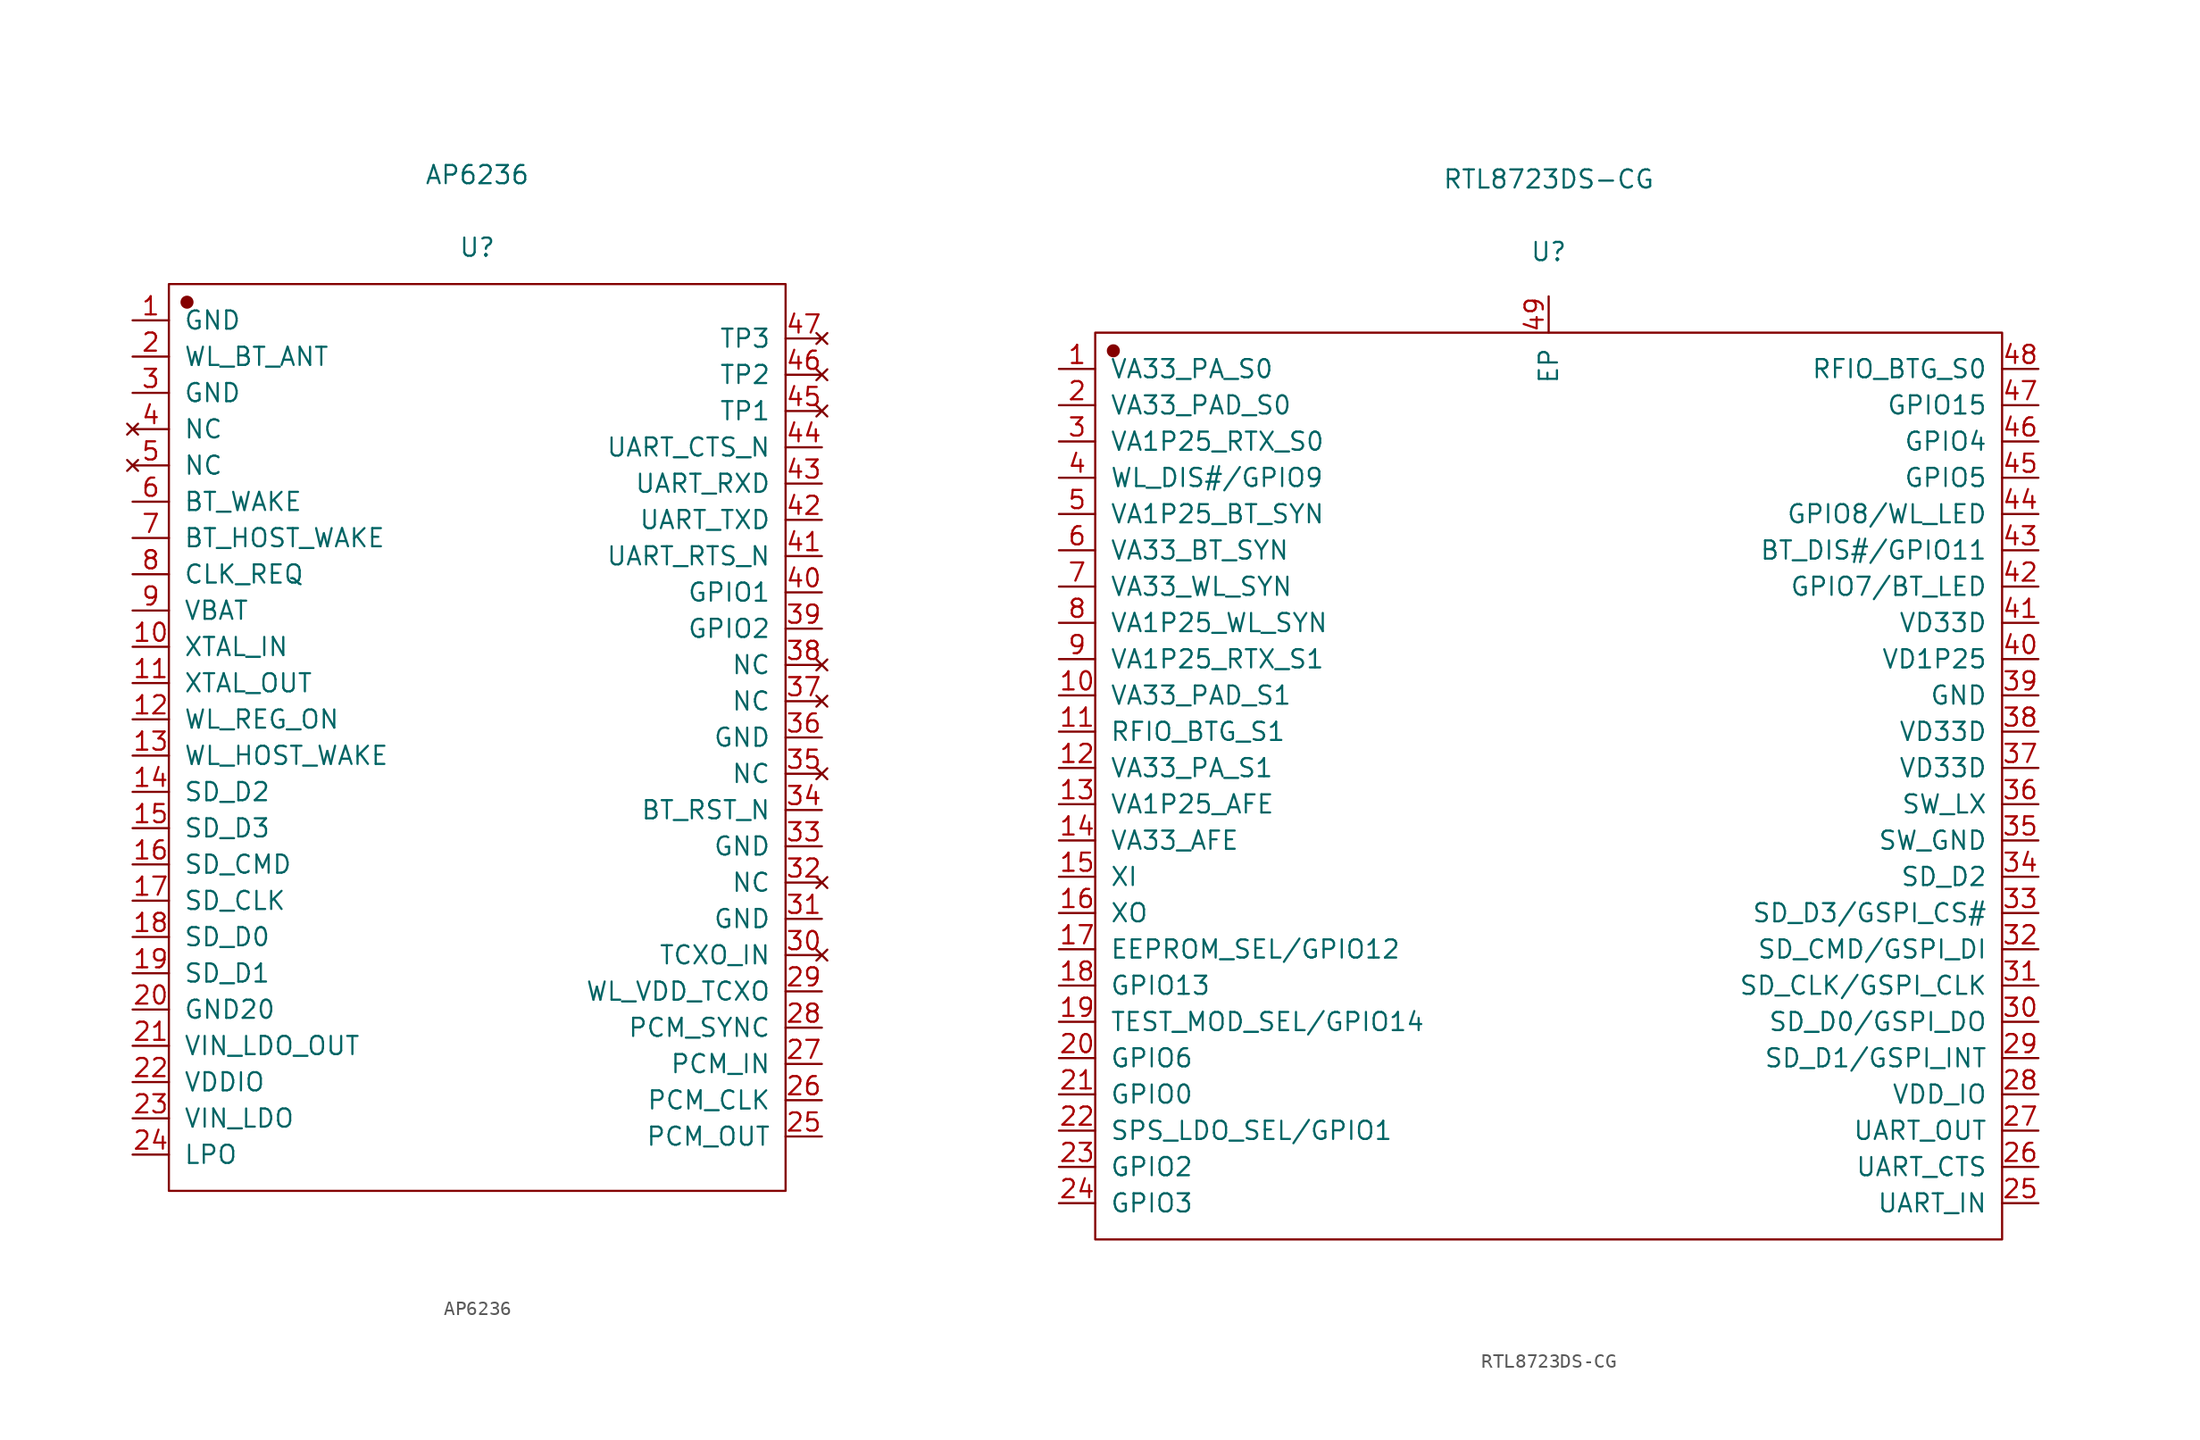
<source format=kicad_sym>
(kicad_symbol_lib
  (version 20231120)
  (generator "kicad_symbol_editor")
  (generator_version "8.0")
  (symbol "AP6236"
    (pin_names
      (offset 1.016))
    (property "Reference" "U"
      (at 0 34.315 0)
      (effects (font (size 1.27 1.27))))
    (property "Value" "AP6236"
      (at 0 39.395 0)
      (effects (font (size 1.27 1.27))))
    (symbol "AP6236_1_1"
      (rectangle (start -21.59 31.75) (end 21.59 -31.75) (stroke (width 0.152) (type solid)) (fill (type none)))
      (circle (center -20.32 30.48) (radius 0.381) (stroke (width 0.152) (type solid)) (fill (type outline)))
      (pin power_in line (at -24.13 29.21 0) (length 2.54) (name "GND" (effects (font (size 1.27 1.27)))) (number "1" (effects (font (size 1.27 1.27)))))
      (pin input line (at -24.13 6.35 0) (length 2.54) (name "XTAL_IN" (effects (font (size 1.27 1.27)))) (number "10" (effects (font (size 1.27 1.27)))))
      (pin output line (at -24.13 3.81 0) (length 2.54) (name "XTAL_OUT" (effects (font (size 1.27 1.27)))) (number "11" (effects (font (size 1.27 1.27)))))
      (pin input line (at -24.13 1.27 0) (length 2.54) (name "WL_REG_ON" (effects (font (size 1.27 1.27)))) (number "12" (effects (font (size 1.27 1.27)))))
      (pin output line (at -24.13 -1.27 0) (length 2.54) (name "WL_HOST_WAKE" (effects (font (size 1.27 1.27)))) (number "13" (effects (font (size 1.27 1.27)))))
      (pin bidirectional line (at -24.13 -3.81 0) (length 2.54) (name "SD_D2" (effects (font (size 1.27 1.27)))) (number "14" (effects (font (size 1.27 1.27)))))
      (pin bidirectional line (at -24.13 -6.35 0) (length 2.54) (name "SD_D3" (effects (font (size 1.27 1.27)))) (number "15" (effects (font (size 1.27 1.27)))))
      (pin bidirectional line (at -24.13 -8.89 0) (length 2.54) (name "SD_CMD" (effects (font (size 1.27 1.27)))) (number "16" (effects (font (size 1.27 1.27)))))
      (pin bidirectional line (at -24.13 -11.43 0) (length 2.54) (name "SD_CLK" (effects (font (size 1.27 1.27)))) (number "17" (effects (font (size 1.27 1.27)))))
      (pin bidirectional line (at -24.13 -13.97 0) (length 2.54) (name "SD_D0" (effects (font (size 1.27 1.27)))) (number "18" (effects (font (size 1.27 1.27)))))
      (pin bidirectional line (at -24.13 -16.51 0) (length 2.54) (name "SD_D1" (effects (font (size 1.27 1.27)))) (number "19" (effects (font (size 1.27 1.27)))))
      (pin bidirectional line (at -24.13 26.67 0) (length 2.54) (name "WL_BT_ANT" (effects (font (size 1.27 1.27)))) (number "2" (effects (font (size 1.27 1.27)))))
      (pin power_in line (at -24.13 -19.05 0) (length 2.54) (name "GND20" (effects (font (size 1.27 1.27)))) (number "20" (effects (font (size 1.27 1.27)))))
      (pin power_in line (at -24.13 -21.59 0) (length 2.54) (name "VIN_LDO_OUT" (effects (font (size 1.27 1.27)))) (number "21" (effects (font (size 1.27 1.27)))))
      (pin power_in line (at -24.13 -24.13 0) (length 2.54) (name "VDDIO" (effects (font (size 1.27 1.27)))) (number "22" (effects (font (size 1.27 1.27)))))
      (pin power_in line (at -24.13 -26.67 0) (length 2.54) (name "VIN_LDO" (effects (font (size 1.27 1.27)))) (number "23" (effects (font (size 1.27 1.27)))))
      (pin input line (at -24.13 -29.21 0) (length 2.54) (name "LPO" (effects (font (size 1.27 1.27)))) (number "24" (effects (font (size 1.27 1.27)))))
      (pin output line (at 24.13 -27.94 180) (length 2.54) (name "PCM_OUT" (effects (font (size 1.27 1.27)))) (number "25" (effects (font (size 1.27 1.27)))))
      (pin bidirectional line (at 24.13 -25.4 180) (length 2.54) (name "PCM_CLK" (effects (font (size 1.27 1.27)))) (number "26" (effects (font (size 1.27 1.27)))))
      (pin input line (at 24.13 -22.86 180) (length 2.54) (name "PCM_IN" (effects (font (size 1.27 1.27)))) (number "27" (effects (font (size 1.27 1.27)))))
      (pin bidirectional line (at 24.13 -20.32 180) (length 2.54) (name "PCM_SYNC" (effects (font (size 1.27 1.27)))) (number "28" (effects (font (size 1.27 1.27)))))
      (pin passive line (at 24.13 -17.78 180) (length 2.54) (name "WL_VDD_TCXO" (effects (font (size 1.27 1.27)))) (number "29" (effects (font (size 1.27 1.27)))))
      (pin power_in line (at -24.13 24.13 0) (length 2.54) (name "GND" (effects (font (size 1.27 1.27)))) (number "3" (effects (font (size 1.27 1.27)))))
      (pin no_connect line (at 24.13 -15.24 180) (length 2.54) (name "TCXO_IN" (effects (font (size 1.27 1.27)))) (number "30" (effects (font (size 1.27 1.27)))))
      (pin power_in line (at 24.13 -12.7 180) (length 2.54) (name "GND" (effects (font (size 1.27 1.27)))) (number "31" (effects (font (size 1.27 1.27)))))
      (pin no_connect line (at 24.13 -10.16 180) (length 2.54) (name "NC" (effects (font (size 1.27 1.27)))) (number "32" (effects (font (size 1.27 1.27)))))
      (pin power_in line (at 24.13 -7.62 180) (length 2.54) (name "GND" (effects (font (size 1.27 1.27)))) (number "33" (effects (font (size 1.27 1.27)))))
      (pin input line (at 24.13 -5.08 180) (length 2.54) (name "BT_RST_N" (effects (font (size 1.27 1.27)))) (number "34" (effects (font (size 1.27 1.27)))))
      (pin no_connect line (at 24.13 -2.54 180) (length 2.54) (name "NC" (effects (font (size 1.27 1.27)))) (number "35" (effects (font (size 1.27 1.27)))))
      (pin power_in line (at 24.13 0 180) (length 2.54) (name "GND" (effects (font (size 1.27 1.27)))) (number "36" (effects (font (size 1.27 1.27)))))
      (pin no_connect line (at 24.13 2.54 180) (length 2.54) (name "NC" (effects (font (size 1.27 1.27)))) (number "37" (effects (font (size 1.27 1.27)))))
      (pin no_connect line (at 24.13 5.08 180) (length 2.54) (name "NC" (effects (font (size 1.27 1.27)))) (number "38" (effects (font (size 1.27 1.27)))))
      (pin bidirectional line (at 24.13 7.62 180) (length 2.54) (name "GPIO2" (effects (font (size 1.27 1.27)))) (number "39" (effects (font (size 1.27 1.27)))))
      (pin no_connect line (at -24.13 21.59 0) (length 2.54) (name "NC" (effects (font (size 1.27 1.27)))) (number "4" (effects (font (size 1.27 1.27)))))
      (pin bidirectional line (at 24.13 10.16 180) (length 2.54) (name "GPIO1" (effects (font (size 1.27 1.27)))) (number "40" (effects (font (size 1.27 1.27)))))
      (pin output line (at 24.13 12.7 180) (length 2.54) (name "UART_RTS_N" (effects (font (size 1.27 1.27)))) (number "41" (effects (font (size 1.27 1.27)))))
      (pin output line (at 24.13 15.24 180) (length 2.54) (name "UART_TXD" (effects (font (size 1.27 1.27)))) (number "42" (effects (font (size 1.27 1.27)))))
      (pin input line (at 24.13 17.78 180) (length 2.54) (name "UART_RXD" (effects (font (size 1.27 1.27)))) (number "43" (effects (font (size 1.27 1.27)))))
      (pin input line (at 24.13 20.32 180) (length 2.54) (name "UART_CTS_N" (effects (font (size 1.27 1.27)))) (number "44" (effects (font (size 1.27 1.27)))))
      (pin no_connect line (at 24.13 22.86 180) (length 2.54) (name "TP1" (effects (font (size 1.27 1.27)))) (number "45" (effects (font (size 1.27 1.27)))))
      (pin no_connect line (at 24.13 25.4 180) (length 2.54) (name "TP2" (effects (font (size 1.27 1.27)))) (number "46" (effects (font (size 1.27 1.27)))))
      (pin no_connect line (at 24.13 27.94 180) (length 2.54) (name "TP3" (effects (font (size 1.27 1.27)))) (number "47" (effects (font (size 1.27 1.27)))))
      (pin no_connect line (at -24.13 19.05 0) (length 2.54) (name "NC" (effects (font (size 1.27 1.27)))) (number "5" (effects (font (size 1.27 1.27)))))
      (pin input line (at -24.13 16.51 0) (length 2.54) (name "BT_WAKE" (effects (font (size 1.27 1.27)))) (number "6" (effects (font (size 1.27 1.27)))))
      (pin output line (at -24.13 13.97 0) (length 2.54) (name "BT_HOST_WAKE" (effects (font (size 1.27 1.27)))) (number "7" (effects (font (size 1.27 1.27)))))
      (pin output line (at -24.13 11.43 0) (length 2.54) (name "CLK_REQ" (effects (font (size 1.27 1.27)))) (number "8" (effects (font (size 1.27 1.27)))))
      (pin power_in line (at -24.13 8.89 0) (length 2.54) (name "VBAT" (effects (font (size 1.27 1.27)))) (number "9" (effects (font (size 1.27 1.27)))))))
  (symbol "RTL8723DS-CG"
    (pin_names
      (offset 1.016))
    (property "Reference" "U"
      (at 0 37.414 0)
      (effects (font (size 1.27 1.27))))
    (property "Value" "RTL8723DS-CG"
      (at 0 42.494 0)
      (effects (font (size 1.27 1.27))))
    (symbol "RTL8723DS-CG_1_1"
      (rectangle (start -31.75 31.75) (end 31.75 -31.75) (stroke (width 0.152) (type solid)) (fill (type none)))
      (circle (center -30.48 30.48) (radius 0.381) (stroke (width 0.152) (type solid)) (fill (type outline)))
      (pin power_in line (at -34.29 29.21 0) (length 2.54) (name "VA33_PA_S0" (effects (font (size 1.27 1.27)))) (number "1" (effects (font (size 1.27 1.27)))))
      (pin power_in line (at -34.29 6.35 0) (length 2.54) (name "VA33_PAD_S1" (effects (font (size 1.27 1.27)))) (number "10" (effects (font (size 1.27 1.27)))))
      (pin bidirectional line (at -34.29 3.81 0) (length 2.54) (name "RFIO_BTG_S1" (effects (font (size 1.27 1.27)))) (number "11" (effects (font (size 1.27 1.27)))))
      (pin power_in line (at -34.29 1.27 0) (length 2.54) (name "VA33_PA_S1" (effects (font (size 1.27 1.27)))) (number "12" (effects (font (size 1.27 1.27)))))
      (pin power_in line (at -34.29 -1.27 0) (length 2.54) (name "VA1P25_AFE" (effects (font (size 1.27 1.27)))) (number "13" (effects (font (size 1.27 1.27)))))
      (pin power_in line (at -34.29 -3.81 0) (length 2.54) (name "VA33_AFE" (effects (font (size 1.27 1.27)))) (number "14" (effects (font (size 1.27 1.27)))))
      (pin input line (at -34.29 -6.35 0) (length 2.54) (name "XI" (effects (font (size 1.27 1.27)))) (number "15" (effects (font (size 1.27 1.27)))))
      (pin output line (at -34.29 -8.89 0) (length 2.54) (name "XO" (effects (font (size 1.27 1.27)))) (number "16" (effects (font (size 1.27 1.27)))))
      (pin bidirectional line (at -34.29 -11.43 0) (length 2.54) (name "EEPROM_SEL/GPIO12" (effects (font (size 1.27 1.27)))) (number "17" (effects (font (size 1.27 1.27)))))
      (pin bidirectional line (at -34.29 -13.97 0) (length 2.54) (name "GPIO13" (effects (font (size 1.27 1.27)))) (number "18" (effects (font (size 1.27 1.27)))))
      (pin bidirectional line (at -34.29 -16.51 0) (length 2.54) (name "TEST_MOD_SEL/GPIO14" (effects (font (size 1.27 1.27)))) (number "19" (effects (font (size 1.27 1.27)))))
      (pin power_in line (at -34.29 26.67 0) (length 2.54) (name "VA33_PAD_S0" (effects (font (size 1.27 1.27)))) (number "2" (effects (font (size 1.27 1.27)))))
      (pin bidirectional line (at -34.29 -19.05 0) (length 2.54) (name "GPIO6" (effects (font (size 1.27 1.27)))) (number "20" (effects (font (size 1.27 1.27)))))
      (pin bidirectional line (at -34.29 -21.59 0) (length 2.54) (name "GPIO0" (effects (font (size 1.27 1.27)))) (number "21" (effects (font (size 1.27 1.27)))))
      (pin bidirectional line (at -34.29 -24.13 0) (length 2.54) (name "SPS_LDO_SEL/GPIO1" (effects (font (size 1.27 1.27)))) (number "22" (effects (font (size 1.27 1.27)))))
      (pin bidirectional line (at -34.29 -26.67 0) (length 2.54) (name "GPIO2" (effects (font (size 1.27 1.27)))) (number "23" (effects (font (size 1.27 1.27)))))
      (pin bidirectional line (at -34.29 -29.21 0) (length 2.54) (name "GPIO3" (effects (font (size 1.27 1.27)))) (number "24" (effects (font (size 1.27 1.27)))))
      (pin input line (at 34.29 -29.21 180) (length 2.54) (name "UART_IN" (effects (font (size 1.27 1.27)))) (number "25" (effects (font (size 1.27 1.27)))))
      (pin input line (at 34.29 -26.67 180) (length 2.54) (name "UART_CTS" (effects (font (size 1.27 1.27)))) (number "26" (effects (font (size 1.27 1.27)))))
      (pin output line (at 34.29 -24.13 180) (length 2.54) (name "UART_OUT" (effects (font (size 1.27 1.27)))) (number "27" (effects (font (size 1.27 1.27)))))
      (pin power_in line (at 34.29 -21.59 180) (length 2.54) (name "VDD_IO" (effects (font (size 1.27 1.27)))) (number "28" (effects (font (size 1.27 1.27)))))
      (pin bidirectional line (at 34.29 -19.05 180) (length 2.54) (name "SD_D1/GSPI_INT" (effects (font (size 1.27 1.27)))) (number "29" (effects (font (size 1.27 1.27)))))
      (pin power_in line (at -34.29 24.13 0) (length 2.54) (name "VA1P25_RTX_S0" (effects (font (size 1.27 1.27)))) (number "3" (effects (font (size 1.27 1.27)))))
      (pin bidirectional line (at 34.29 -16.51 180) (length 2.54) (name "SD_D0/GSPI_DO" (effects (font (size 1.27 1.27)))) (number "30" (effects (font (size 1.27 1.27)))))
      (pin input line (at 34.29 -13.97 180) (length 2.54) (name "SD_CLK/GSPI_CLK" (effects (font (size 1.27 1.27)))) (number "31" (effects (font (size 1.27 1.27)))))
      (pin bidirectional line (at 34.29 -11.43 180) (length 2.54) (name "SD_CMD/GSPI_DI" (effects (font (size 1.27 1.27)))) (number "32" (effects (font (size 1.27 1.27)))))
      (pin bidirectional line (at 34.29 -8.89 180) (length 2.54) (name "SD_D3/GSPI_CS#" (effects (font (size 1.27 1.27)))) (number "33" (effects (font (size 1.27 1.27)))))
      (pin bidirectional line (at 34.29 -6.35 180) (length 2.54) (name "SD_D2" (effects (font (size 1.27 1.27)))) (number "34" (effects (font (size 1.27 1.27)))))
      (pin power_in line (at 34.29 -3.81 180) (length 2.54) (name "SW_GND" (effects (font (size 1.27 1.27)))) (number "35" (effects (font (size 1.27 1.27)))))
      (pin power_out line (at 34.29 -1.27 180) (length 2.54) (name "SW_LX" (effects (font (size 1.27 1.27)))) (number "36" (effects (font (size 1.27 1.27)))))
      (pin power_in line (at 34.29 1.27 180) (length 2.54) (name "VD33D" (effects (font (size 1.27 1.27)))) (number "37" (effects (font (size 1.27 1.27)))))
      (pin power_in line (at 34.29 3.81 180) (length 2.54) (name "VD33D" (effects (font (size 1.27 1.27)))) (number "38" (effects (font (size 1.27 1.27)))))
      (pin power_in line (at 34.29 6.35 180) (length 2.54) (name "GND" (effects (font (size 1.27 1.27)))) (number "39" (effects (font (size 1.27 1.27)))))
      (pin input line (at -34.29 21.59 0) (length 2.54) (name "WL_DIS#/GPIO9" (effects (font (size 1.27 1.27)))) (number "4" (effects (font (size 1.27 1.27)))))
      (pin power_in line (at 34.29 8.89 180) (length 2.54) (name "VD1P25" (effects (font (size 1.27 1.27)))) (number "40" (effects (font (size 1.27 1.27)))))
      (pin power_in line (at 34.29 11.43 180) (length 2.54) (name "VD33D" (effects (font (size 1.27 1.27)))) (number "41" (effects (font (size 1.27 1.27)))))
      (pin bidirectional line (at 34.29 13.97 180) (length 2.54) (name "GPIO7/BT_LED" (effects (font (size 1.27 1.27)))) (number "42" (effects (font (size 1.27 1.27)))))
      (pin bidirectional line (at 34.29 16.51 180) (length 2.54) (name "BT_DIS#/GPIO11" (effects (font (size 1.27 1.27)))) (number "43" (effects (font (size 1.27 1.27)))))
      (pin bidirectional line (at 34.29 19.05 180) (length 2.54) (name "GPIO8/WL_LED" (effects (font (size 1.27 1.27)))) (number "44" (effects (font (size 1.27 1.27)))))
      (pin bidirectional line (at 34.29 21.59 180) (length 2.54) (name "GPIO5" (effects (font (size 1.27 1.27)))) (number "45" (effects (font (size 1.27 1.27)))))
      (pin bidirectional line (at 34.29 24.13 180) (length 2.54) (name "GPIO4" (effects (font (size 1.27 1.27)))) (number "46" (effects (font (size 1.27 1.27)))))
      (pin bidirectional line (at 34.29 26.67 180) (length 2.54) (name "GPIO15" (effects (font (size 1.27 1.27)))) (number "47" (effects (font (size 1.27 1.27)))))
      (pin bidirectional line (at 34.29 29.21 180) (length 2.54) (name "RFIO_BTG_S0" (effects (font (size 1.27 1.27)))) (number "48" (effects (font (size 1.27 1.27)))))
      (pin power_in line (at 0 34.29 270) (length 2.54) (name "EP" (effects (font (size 1.27 1.27)))) (number "49" (effects (font (size 1.27 1.27)))))
      (pin power_in line (at -34.29 19.05 0) (length 2.54) (name "VA1P25_BT_SYN" (effects (font (size 1.27 1.27)))) (number "5" (effects (font (size 1.27 1.27)))))
      (pin power_in line (at -34.29 16.51 0) (length 2.54) (name "VA33_BT_SYN" (effects (font (size 1.27 1.27)))) (number "6" (effects (font (size 1.27 1.27)))))
      (pin power_in line (at -34.29 13.97 0) (length 2.54) (name "VA33_WL_SYN" (effects (font (size 1.27 1.27)))) (number "7" (effects (font (size 1.27 1.27)))))
      (pin power_in line (at -34.29 11.43 0) (length 2.54) (name "VA1P25_WL_SYN" (effects (font (size 1.27 1.27)))) (number "8" (effects (font (size 1.27 1.27)))))
      (pin power_in line (at -34.29 8.89 0) (length 2.54) (name "VA1P25_RTX_S1" (effects (font (size 1.27 1.27)))) (number "9" (effects (font (size 1.27 1.27))))))))
</source>
